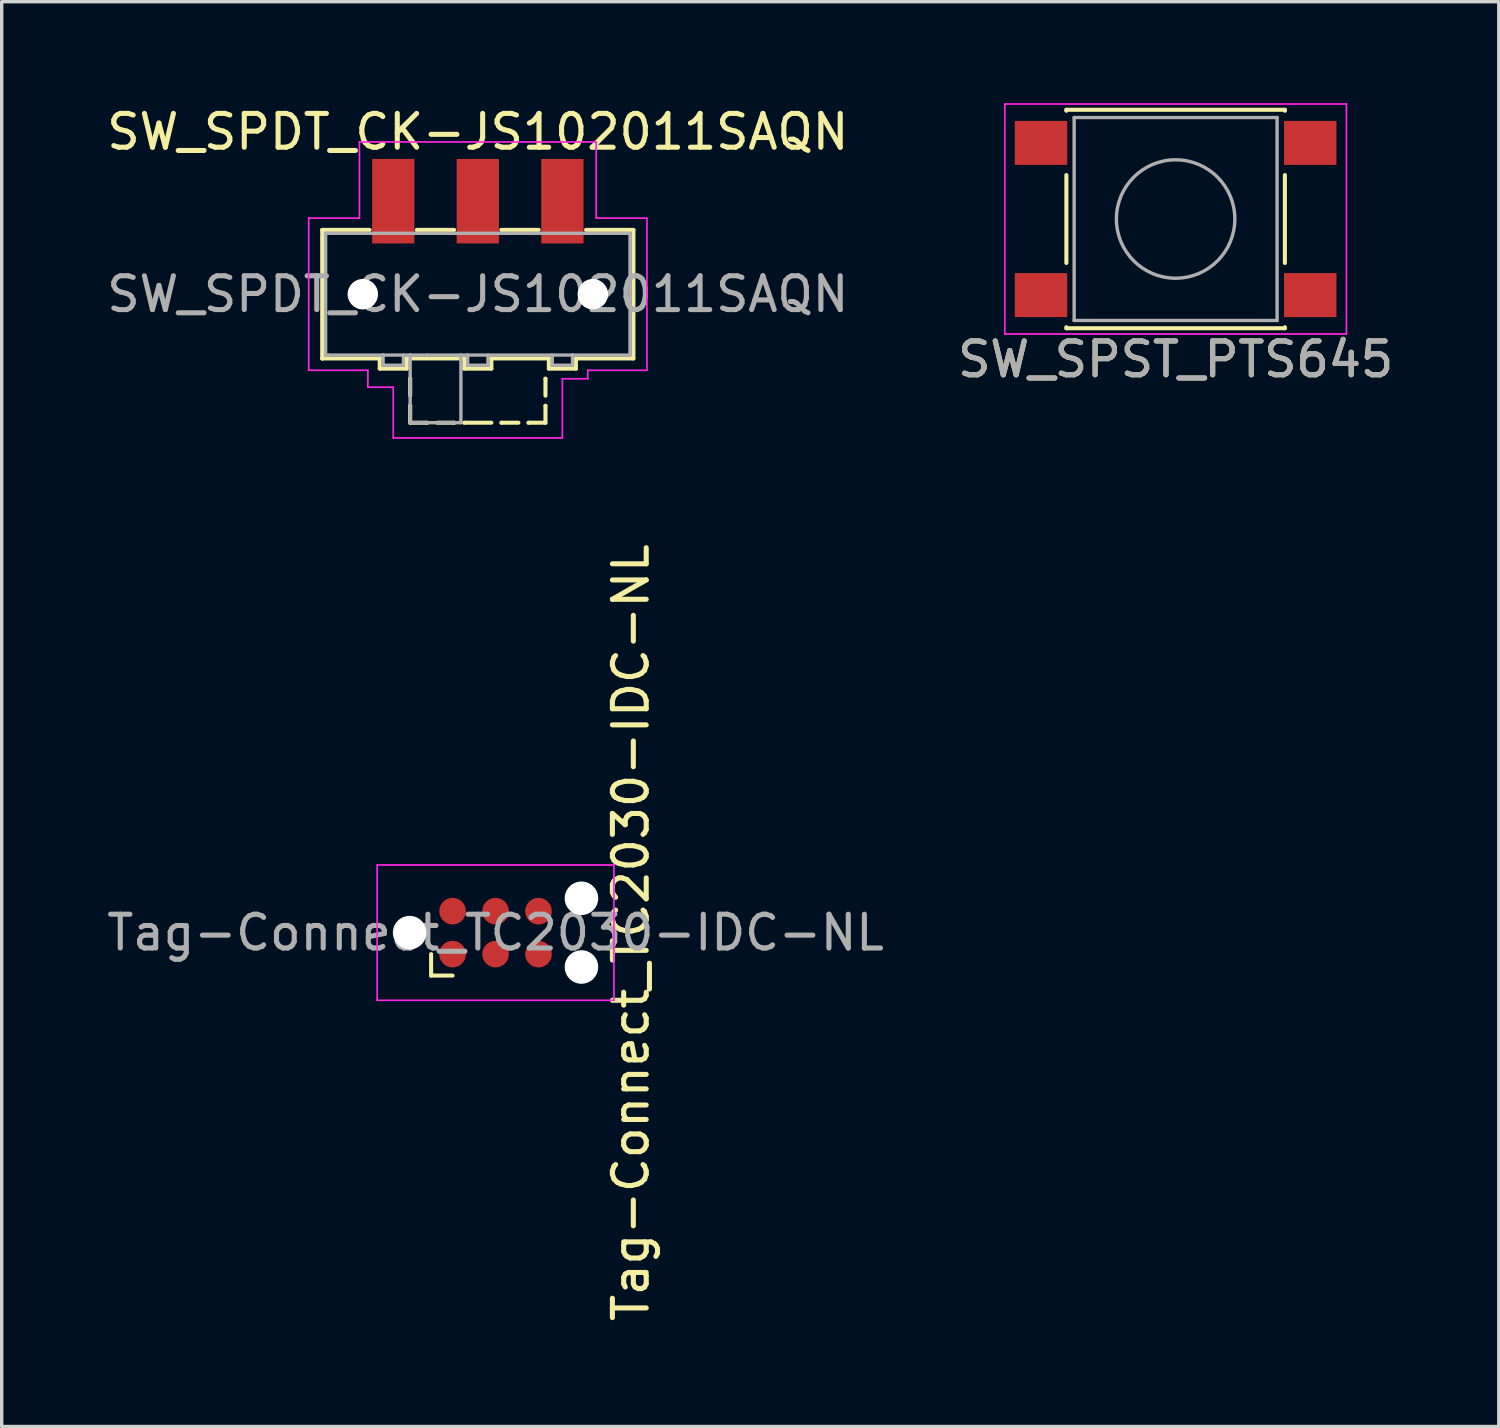
<source format=kicad_pcb>
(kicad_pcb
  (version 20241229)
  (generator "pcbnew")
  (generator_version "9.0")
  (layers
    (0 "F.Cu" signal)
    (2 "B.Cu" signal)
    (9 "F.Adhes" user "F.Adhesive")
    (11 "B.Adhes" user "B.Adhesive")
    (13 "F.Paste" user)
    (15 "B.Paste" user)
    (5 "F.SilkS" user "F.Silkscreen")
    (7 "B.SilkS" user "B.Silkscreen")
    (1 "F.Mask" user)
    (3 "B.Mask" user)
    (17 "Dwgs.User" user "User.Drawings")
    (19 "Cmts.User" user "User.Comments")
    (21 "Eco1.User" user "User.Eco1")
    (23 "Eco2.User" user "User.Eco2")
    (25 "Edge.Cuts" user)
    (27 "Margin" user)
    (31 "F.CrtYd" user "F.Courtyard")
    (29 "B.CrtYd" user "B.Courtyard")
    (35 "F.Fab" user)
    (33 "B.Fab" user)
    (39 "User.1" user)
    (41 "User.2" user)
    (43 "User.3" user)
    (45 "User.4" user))
  (footprint "SW_SPST_PTS645"
    (layer "F.Cu")
    (at 31.708 3.425)
    (property "Reference" "SW_SPST_PTS645" (at 0 4.15 0) (layer "F.SilkS") (effects (font (size 1 1) (thickness 0.15))))
    (attr smd)
    (fp_line (start -3.23 -3.23) (end 3.23 -3.23) (stroke (width 0.12) (type solid)) (layer "F.SilkS"))
    (fp_line (start -3.23 -3.2) (end -3.23 -3.23) (stroke (width 0.12) (type solid)) (layer "F.SilkS"))
    (fp_line (start -3.23 -1.3) (end -3.23 1.3) (stroke (width 0.12) (type solid)) (layer "F.SilkS"))
    (fp_line (start -3.23 3.23) (end -3.23 3.2) (stroke (width 0.12) (type solid)) (layer "F.SilkS"))
    (fp_line (start -3.23 3.23) (end 3.23 3.23) (stroke (width 0.12) (type solid)) (layer "F.SilkS"))
    (fp_line (start 3.23 -3.23) (end 3.23 -3.2) (stroke (width 0.12) (type solid)) (layer "F.SilkS"))
    (fp_line (start 3.23 -1.3) (end 3.23 1.3) (stroke (width 0.12) (type solid)) (layer "F.SilkS"))
    (fp_line (start 3.23 3.23) (end 3.23 3.2) (stroke (width 0.12) (type solid)) (layer "F.SilkS"))
    (fp_line (start -5.05 -3.4) (end -5.05 3.4) (stroke (width 0.05) (type solid)) (layer "F.CrtYd"))
    (fp_line (start -5.05 -3.4) (end 5.05 -3.4) (stroke (width 0.05) (type solid)) (layer "F.CrtYd"))
    (fp_line (start -5.05 3.4) (end 5.05 3.4) (stroke (width 0.05) (type solid)) (layer "F.CrtYd"))
    (fp_line (start 5.05 3.4) (end 5.05 -3.4) (stroke (width 0.05) (type solid)) (layer "F.CrtYd"))
    (fp_line (start -3 -3) (end -3 3) (stroke (width 0.1) (type solid)) (layer "F.Fab"))
    (fp_line (start -3 3) (end 3 3) (stroke (width 0.1) (type solid)) (layer "F.Fab"))
    (fp_line (start 3 -3) (end -3 -3) (stroke (width 0.1) (type solid)) (layer "F.Fab"))
    (fp_line (start 3 3) (end 3 -3) (stroke (width 0.1) (type solid)) (layer "F.Fab"))
    (fp_circle (center 0 0) (end 1.75 -0.05) (stroke (width 0.1) (type solid)) (fill no) (layer "F.Fab"))
    (fp_text user "${REFERENCE}" (at 0 4.15 0) (layer "F.Fab") (effects (font (size 1 1) (thickness 0.15))))
    (pad "1" smd rect (at -3.98 -2.25) (size 1.55 1.3) (layers "F.Cu" "F.Mask" "F.Paste"))
    (pad "1" smd rect (at 3.98 -2.25) (size 1.55 1.3) (layers "F.Cu" "F.Mask" "F.Paste"))
    (pad "2" smd rect (at -3.98 2.25) (size 1.55 1.3) (layers "F.Cu" "F.Mask" "F.Paste"))
    (pad "2" smd rect (at 3.98 2.25) (size 1.55 1.3) (layers "F.Cu" "F.Mask" "F.Paste")))
  (footprint "Tag-Connect_TC2030-IDC-NL"
    (layer "F.Cu")
    (at 11.601 24.524)
    (property "Reference" "Tag-Connect_TC2030-IDC-NL" (at 4 0 90) (layer "F.SilkS") (effects (font (size 1 1) (thickness 0.15))))
    (attr exclude_from_pos_files exclude_from_bom)
    (fp_line (start -1.905 1.27) (end -1.905 0.635) (stroke (width 0.12) (type solid)) (layer "F.SilkS"))
    (fp_line (start -1.27 1.27) (end -1.905 1.27) (stroke (width 0.12) (type solid)) (layer "F.SilkS"))
    (fp_line (start -3.5 -2) (end 3.5 -2) (stroke (width 0.05) (type solid)) (layer "F.CrtYd"))
    (fp_line (start -3.5 2) (end -3.5 -2) (stroke (width 0.05) (type solid)) (layer "F.CrtYd"))
    (fp_line (start 3.5 -2) (end 3.5 2) (stroke (width 0.05) (type solid)) (layer "F.CrtYd"))
    (fp_line (start 3.5 2) (end -3.5 2) (stroke (width 0.05) (type solid)) (layer "F.CrtYd"))
    (fp_text user "${REFERENCE}" (at 0 0 0) (layer "F.Fab") (effects (font (size 1 1) (thickness 0.15))))
    (pad "" np_thru_hole circle (at -2.54 0) (size 0.991 0.991) (drill 0.991) (layers "*.Cu" "*.Mask"))
    (pad "" np_thru_hole circle (at 2.54 -1.016) (size 0.991 0.991) (drill 0.991) (layers "*.Cu" "*.Mask"))
    (pad "" np_thru_hole circle (at 2.54 1.016) (size 0.991 0.991) (drill 0.991) (layers "*.Cu" "*.Mask"))
    (pad "1" connect circle (at -1.27 0.635) (size 0.787 0.787) (layers "F.Cu" "F.Mask"))
    (pad "2" connect circle (at -1.27 -0.635) (size 0.787 0.787) (layers "F.Cu" "F.Mask"))
    (pad "3" connect circle (at 0 0.635) (size 0.787 0.787) (layers "F.Cu" "F.Mask"))
    (pad "4" connect circle (at 0 -0.635) (size 0.787 0.787) (layers "F.Cu" "F.Mask"))
    (pad "5" connect circle (at 1.27 0.635) (size 0.787 0.787) (layers "F.Cu" "F.Mask"))
    (pad "6" connect circle (at 1.27 -0.635) (size 0.787 0.787) (layers "F.Cu" "F.Mask")))
  (footprint "SW_SPDT_CK-JS102011SAQN"
    (layer "F.Cu")
    (at 11.077 5.648)
    (property "Reference" "SW_SPDT_CK-JS102011SAQN" (at 0 -4.8 0) (layer "F.SilkS") (effects (font (size 1 1) (thickness 0.15))))
    (attr smd)
    (fp_line (start -4.6 -1.9) (end -3.2 -1.9) (stroke (width 0.12) (type solid)) (layer "F.SilkS"))
    (fp_line (start -4.6 1.9) (end -4.6 -1.9) (stroke (width 0.12) (type solid)) (layer "F.SilkS"))
    (fp_line (start -4.6 1.9) (end -4.6 1.9) (stroke (width 0.12) (type solid)) (layer "F.SilkS"))
    (fp_line (start -2.9 1.9) (end -4.6 1.9) (stroke (width 0.12) (type solid)) (layer "F.SilkS"))
    (fp_line (start -2.9 2.2) (end -2.9 1.9) (stroke (width 0.12) (type solid)) (layer "F.SilkS"))
    (fp_line (start -2.1 1.9) (end -2.1 2.2) (stroke (width 0.12) (type solid)) (layer "F.SilkS"))
    (fp_line (start -2.1 2.2) (end -2.9 2.2) (stroke (width 0.12) (type solid)) (layer "F.SilkS"))
    (fp_line (start -2 2.5) (end -2 2.5) (stroke (width 0.12) (type solid)) (layer "F.SilkS"))
    (fp_line (start -2 3) (end -2 2.5) (stroke (width 0.12) (type solid)) (layer "F.SilkS"))
    (fp_line (start -2 3.3) (end -2 3.3) (stroke (width 0.12) (type solid)) (layer "F.SilkS"))
    (fp_line (start -2 3.8) (end -2 3.3) (stroke (width 0.12) (type solid)) (layer "F.SilkS"))
    (fp_line (start -2 3.8) (end -1.5 3.8) (stroke (width 0.12) (type solid)) (layer "F.SilkS"))
    (fp_line (start -1.8 -1.9) (end -1.8 -1.9) (stroke (width 0.12) (type solid)) (layer "F.SilkS"))
    (fp_line (start -1.5 3.8) (end -1.5 3.8) (stroke (width 0.12) (type solid)) (layer "F.SilkS"))
    (fp_line (start -1.2 3.8) (end -0.7 3.8) (stroke (width 0.12) (type solid)) (layer "F.SilkS"))
    (fp_line (start -0.7 -1.9) (end -1.8 -1.9) (stroke (width 0.12) (type solid)) (layer "F.SilkS"))
    (fp_line (start -0.7 3.8) (end -0.7 3.8) (stroke (width 0.12) (type solid)) (layer "F.SilkS"))
    (fp_line (start -0.4 1.9) (end -2.1 1.9) (stroke (width 0.12) (type solid)) (layer "F.SilkS"))
    (fp_line (start -0.4 2.2) (end -0.4 1.9) (stroke (width 0.12) (type solid)) (layer "F.SilkS"))
    (fp_line (start -0.4 3.8) (end -0.4 3.8) (stroke (width 0.12) (type solid)) (layer "F.SilkS"))
    (fp_line (start 0.4 1.9) (end 0.4 2.2) (stroke (width 0.12) (type solid)) (layer "F.SilkS"))
    (fp_line (start 0.4 2.2) (end -0.4 2.2) (stroke (width 0.12) (type solid)) (layer "F.SilkS"))
    (fp_line (start 0.4 3.8) (end -0.4 3.8) (stroke (width 0.12) (type solid)) (layer "F.SilkS"))
    (fp_line (start 0.7 -1.9) (end 0.7 -1.9) (stroke (width 0.12) (type solid)) (layer "F.SilkS"))
    (fp_line (start 0.7 3.8) (end 0.7 3.8) (stroke (width 0.12) (type solid)) (layer "F.SilkS"))
    (fp_line (start 1.2 3.8) (end 0.7 3.8) (stroke (width 0.12) (type solid)) (layer "F.SilkS"))
    (fp_line (start 1.5 3.8) (end 1.5 3.8) (stroke (width 0.12) (type solid)) (layer "F.SilkS"))
    (fp_line (start 1.8 -1.9) (end 0.7 -1.9) (stroke (width 0.12) (type solid)) (layer "F.SilkS"))
    (fp_line (start 2 2.5) (end 2 2.5) (stroke (width 0.12) (type solid)) (layer "F.SilkS"))
    (fp_line (start 2 3) (end 2 2.5) (stroke (width 0.12) (type solid)) (layer "F.SilkS"))
    (fp_line (start 2 3.3) (end 2 3.3) (stroke (width 0.12) (type solid)) (layer "F.SilkS"))
    (fp_line (start 2 3.8) (end 1.5 3.8) (stroke (width 0.12) (type solid)) (layer "F.SilkS"))
    (fp_line (start 2 3.8) (end 2 3.3) (stroke (width 0.12) (type solid)) (layer "F.SilkS"))
    (fp_line (start 2.1 1.9) (end 0.4 1.9) (stroke (width 0.12) (type solid)) (layer "F.SilkS"))
    (fp_line (start 2.1 2.2) (end 2.1 1.9) (stroke (width 0.12) (type solid)) (layer "F.SilkS"))
    (fp_line (start 2.9 1.9) (end 2.9 2.2) (stroke (width 0.12) (type solid)) (layer "F.SilkS"))
    (fp_line (start 2.9 2.2) (end 2.1 2.2) (stroke (width 0.12) (type solid)) (layer "F.SilkS"))
    (fp_line (start 3.2 -1.9) (end 4.6 -1.9) (stroke (width 0.12) (type solid)) (layer "F.SilkS"))
    (fp_line (start 4.6 -1.9) (end 4.6 1.9) (stroke (width 0.12) (type solid)) (layer "F.SilkS"))
    (fp_line (start 4.6 1.9) (end 2.9 1.9) (stroke (width 0.12) (type solid)) (layer "F.SilkS"))
    (fp_line (start -5 -2.25) (end -5 -2.25) (stroke (width 0.05) (type solid)) (layer "F.CrtYd"))
    (fp_line (start -5 -2.25) (end -5 2.25) (stroke (width 0.05) (type solid)) (layer "F.CrtYd"))
    (fp_line (start -5 2.25) (end -3.25 2.25) (stroke (width 0.05) (type solid)) (layer "F.CrtYd"))
    (fp_line (start -3.5 -4.5) (end -3.5 -2.25) (stroke (width 0.05) (type solid)) (layer "F.CrtYd"))
    (fp_line (start -3.5 -2.25) (end -5 -2.25) (stroke (width 0.05) (type solid)) (layer "F.CrtYd"))
    (fp_line (start -3.25 2.25) (end -3.25 2.75) (stroke (width 0.05) (type solid)) (layer "F.CrtYd"))
    (fp_line (start -3.25 2.75) (end -2.5 2.75) (stroke (width 0.05) (type solid)) (layer "F.CrtYd"))
    (fp_line (start -2.5 2.75) (end -2.5 4.25) (stroke (width 0.05) (type solid)) (layer "F.CrtYd"))
    (fp_line (start -2.5 4.25) (end 2.5 4.25) (stroke (width 0.05) (type solid)) (layer "F.CrtYd"))
    (fp_line (start 2.5 2.5) (end 3.25 2.5) (stroke (width 0.05) (type solid)) (layer "F.CrtYd"))
    (fp_line (start 2.5 4.25) (end 2.5 2.5) (stroke (width 0.05) (type solid)) (layer "F.CrtYd"))
    (fp_line (start 3.25 2.25) (end 5 2.25) (stroke (width 0.05) (type solid)) (layer "F.CrtYd"))
    (fp_line (start 3.25 2.5) (end 3.25 2.25) (stroke (width 0.05) (type solid)) (layer "F.CrtYd"))
    (fp_line (start 3.5 -4.5) (end -3.5 -4.5) (stroke (width 0.05) (type solid)) (layer "F.CrtYd"))
    (fp_line (start 3.5 -2.25) (end 3.5 -4.5) (stroke (width 0.05) (type solid)) (layer "F.CrtYd"))
    (fp_line (start 5 -2.25) (end 3.5 -2.25) (stroke (width 0.05) (type solid)) (layer "F.CrtYd"))
    (fp_line (start 5 2.25) (end 5 -2.25) (stroke (width 0.05) (type solid)) (layer "F.CrtYd"))
    (fp_line (start -4.5 -1.8) (end -4.5 1.8) (stroke (width 0.1) (type solid)) (layer "F.Fab"))
    (fp_line (start -4.5 -1.8) (end 4.5 -1.8) (stroke (width 0.1) (type solid)) (layer "F.Fab"))
    (fp_line (start -4.5 1.8) (end -4.5 1.8) (stroke (width 0.1) (type solid)) (layer "F.Fab"))
    (fp_line (start -4.5 1.8) (end -4.5 1.8) (stroke (width 0.1) (type solid)) (layer "F.Fab"))
    (fp_line (start -4.4 1.8) (end -4.5 1.8) (stroke (width 0.1) (type solid)) (layer "F.Fab"))
    (fp_line (start -2.8 1.8) (end -2.8 1.8) (stroke (width 0.1) (type solid)) (layer "F.Fab"))
    (fp_line (start -2.8 2.1) (end -2.8 1.8) (stroke (width 0.1) (type solid)) (layer "F.Fab"))
    (fp_line (start -2.2 1.8) (end -2.2 2.1) (stroke (width 0.1) (type solid)) (layer "F.Fab"))
    (fp_line (start -2.2 2.1) (end -2.8 2.1) (stroke (width 0.1) (type solid)) (layer "F.Fab"))
    (fp_line (start -2 1.8) (end -2 1.8) (stroke (width 0.1) (type solid)) (layer "F.Fab"))
    (fp_line (start -2 3.8) (end -2 1.8) (stroke (width 0.1) (type solid)) (layer "F.Fab"))
    (fp_line (start -1.5 1.8) (end -1.5 1.8) (stroke (width 0.1) (type solid)) (layer "F.Fab"))
    (fp_line (start -0.5 1.8) (end -0.5 3.8) (stroke (width 0.1) (type solid)) (layer "F.Fab"))
    (fp_line (start -0.5 3.8) (end -2 3.8) (stroke (width 0.1) (type solid)) (layer "F.Fab"))
    (fp_line (start -0.3 1.8) (end -0.3 1.8) (stroke (width 0.1) (type solid)) (layer "F.Fab"))
    (fp_line (start -0.3 2.1) (end -0.3 1.8) (stroke (width 0.1) (type solid)) (layer "F.Fab"))
    (fp_line (start 0.3 1.8) (end 0.3 2.1) (stroke (width 0.1) (type solid)) (layer "F.Fab"))
    (fp_line (start 0.3 2.1) (end -0.3 2.1) (stroke (width 0.1) (type solid)) (layer "F.Fab"))
    (fp_line (start 2.2 1.8) (end 2.2 2.1) (stroke (width 0.1) (type solid)) (layer "F.Fab"))
    (fp_line (start 2.2 2.1) (end 2.8 2.1) (stroke (width 0.1) (type solid)) (layer "F.Fab"))
    (fp_line (start 2.8 1.8) (end 2.8 1.8) (stroke (width 0.1) (type solid)) (layer "F.Fab"))
    (fp_line (start 2.8 2.1) (end 2.8 1.8) (stroke (width 0.1) (type solid)) (layer "F.Fab"))
    (fp_line (start 4.5 -1.8) (end 4.5 1.8) (stroke (width 0.1) (type solid)) (layer "F.Fab"))
    (fp_line (start 4.5 1.8) (end -4.4 1.8) (stroke (width 0.1) (type solid)) (layer "F.Fab"))
    (fp_text user "${REFERENCE}" (at 0 0 0) (layer "F.Fab") (effects (font (size 1 1) (thickness 0.15))))
    (pad "" np_thru_hole circle (at -3.4 0) (size 0.9 0.9) (drill 0.9) (layers "*.Cu" "*.Mask"))
    (pad "" np_thru_hole circle (at 3.4 0) (size 0.9 0.9) (drill 0.9) (layers "*.Cu" "*.Mask"))
    (pad "1" smd rect (at -2.5 -2.75) (size 1.25 2.5) (layers "F.Cu" "F.Mask" "F.Paste"))
    (pad "2" smd rect (at 0 -2.75) (size 1.25 2.5) (layers "F.Cu" "F.Mask" "F.Paste"))
    (pad "3" smd rect (at 2.5 -2.75) (size 1.25 2.5) (layers "F.Cu" "F.Mask" "F.Paste")))
  (gr_rect
    (start -3 -3)
    (end 41.262 39.126)
    (stroke (width 0.1) (type default))
    (fill no)
    (layer "Edge.Cuts")))
</source>
